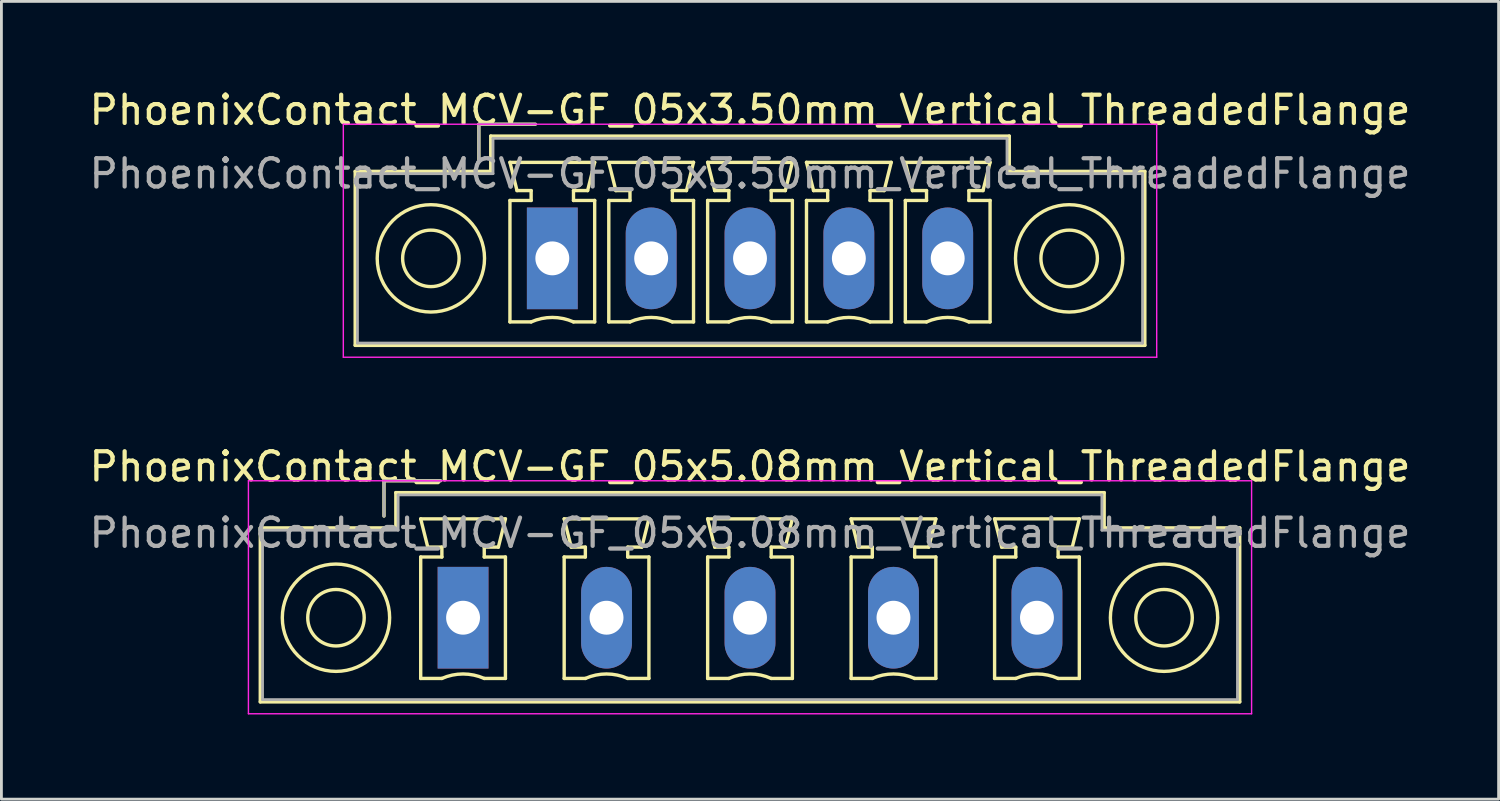
<source format=kicad_pcb>
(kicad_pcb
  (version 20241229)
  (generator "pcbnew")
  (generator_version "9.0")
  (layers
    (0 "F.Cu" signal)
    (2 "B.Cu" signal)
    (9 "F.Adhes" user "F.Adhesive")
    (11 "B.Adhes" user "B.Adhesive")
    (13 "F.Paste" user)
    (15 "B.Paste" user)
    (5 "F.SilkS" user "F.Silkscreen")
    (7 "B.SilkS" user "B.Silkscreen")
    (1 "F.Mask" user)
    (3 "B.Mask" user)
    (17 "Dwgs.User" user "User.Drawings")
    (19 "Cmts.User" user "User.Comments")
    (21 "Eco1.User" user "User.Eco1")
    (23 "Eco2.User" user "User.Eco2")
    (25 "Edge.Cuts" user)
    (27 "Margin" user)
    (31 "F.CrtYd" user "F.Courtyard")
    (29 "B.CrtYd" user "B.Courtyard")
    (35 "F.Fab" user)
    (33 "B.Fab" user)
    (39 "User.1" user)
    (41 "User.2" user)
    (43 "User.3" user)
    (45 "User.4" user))
  (footprint "PhoenixContact_MCV-GF_05x3.50mm_Vertical_ThreadedFlange"
    (layer "F.Cu")
    (at 16.506 6.098)
    (property "Reference" "PhoenixContact_MCV-GF_05x3.50mm_Vertical_ThreadedFlange" (at 7 -5.25 0) (layer "F.SilkS") (effects (font (size 1 1) (thickness 0.15))))
    (attr through_hole)
    (fp_line (start -6.98 -3.08) (end -6.98 3.08) (stroke (width 0.12) (type solid)) (layer "F.SilkS"))
    (fp_line (start -6.98 3.08) (end 20.98 3.08) (stroke (width 0.12) (type solid)) (layer "F.SilkS"))
    (fp_line (start -2.6 -4.75) (end -0.6 -4.75) (stroke (width 0.12) (type solid)) (layer "F.SilkS"))
    (fp_line (start -2.6 -3.5) (end -2.6 -4.75) (stroke (width 0.12) (type solid)) (layer "F.SilkS"))
    (fp_line (start -2.18 -4.33) (end -2.18 -3.08) (stroke (width 0.12) (type solid)) (layer "F.SilkS"))
    (fp_line (start -2.18 -3.08) (end -6.98 -3.08) (stroke (width 0.12) (type solid)) (layer "F.SilkS"))
    (fp_line (start -1.5 -3.4) (end 1.5 -3.4) (stroke (width 0.12) (type solid)) (layer "F.SilkS"))
    (fp_line (start -1.5 -2.05) (end -0.75 -2.05) (stroke (width 0.12) (type solid)) (layer "F.SilkS"))
    (fp_line (start -1.5 2.25) (end -1.5 -2.05) (stroke (width 0.12) (type solid)) (layer "F.SilkS"))
    (fp_line (start -1.25 -2.4) (end -1.5 -3.4) (stroke (width 0.12) (type solid)) (layer "F.SilkS"))
    (fp_line (start -0.75 -2.4) (end -1.25 -2.4) (stroke (width 0.12) (type solid)) (layer "F.SilkS"))
    (fp_line (start -0.75 -2.05) (end -0.75 -2.4) (stroke (width 0.12) (type solid)) (layer "F.SilkS"))
    (fp_line (start -0.75 2.25) (end -1.5 2.25) (stroke (width 0.12) (type solid)) (layer "F.SilkS"))
    (fp_line (start 0.75 -2.4) (end 0.75 -2.05) (stroke (width 0.12) (type solid)) (layer "F.SilkS"))
    (fp_line (start 0.75 -2.05) (end 1.5 -2.05) (stroke (width 0.12) (type solid)) (layer "F.SilkS"))
    (fp_line (start 1.25 -2.4) (end 0.75 -2.4) (stroke (width 0.12) (type solid)) (layer "F.SilkS"))
    (fp_line (start 1.5 -3.4) (end 1.25 -2.4) (stroke (width 0.12) (type solid)) (layer "F.SilkS"))
    (fp_line (start 1.5 -2.05) (end 1.5 2.25) (stroke (width 0.12) (type solid)) (layer "F.SilkS"))
    (fp_line (start 1.5 2.25) (end 0.75 2.25) (stroke (width 0.12) (type solid)) (layer "F.SilkS"))
    (fp_line (start 2 -3.4) (end 5 -3.4) (stroke (width 0.12) (type solid)) (layer "F.SilkS"))
    (fp_line (start 2 -2.05) (end 2.75 -2.05) (stroke (width 0.12) (type solid)) (layer "F.SilkS"))
    (fp_line (start 2 2.25) (end 2 -2.05) (stroke (width 0.12) (type solid)) (layer "F.SilkS"))
    (fp_line (start 2.25 -2.4) (end 2 -3.4) (stroke (width 0.12) (type solid)) (layer "F.SilkS"))
    (fp_line (start 2.75 -2.4) (end 2.25 -2.4) (stroke (width 0.12) (type solid)) (layer "F.SilkS"))
    (fp_line (start 2.75 -2.05) (end 2.75 -2.4) (stroke (width 0.12) (type solid)) (layer "F.SilkS"))
    (fp_line (start 2.75 2.25) (end 2 2.25) (stroke (width 0.12) (type solid)) (layer "F.SilkS"))
    (fp_line (start 4.25 -2.4) (end 4.25 -2.05) (stroke (width 0.12) (type solid)) (layer "F.SilkS"))
    (fp_line (start 4.25 -2.05) (end 5 -2.05) (stroke (width 0.12) (type solid)) (layer "F.SilkS"))
    (fp_line (start 4.75 -2.4) (end 4.25 -2.4) (stroke (width 0.12) (type solid)) (layer "F.SilkS"))
    (fp_line (start 5 -3.4) (end 4.75 -2.4) (stroke (width 0.12) (type solid)) (layer "F.SilkS"))
    (fp_line (start 5 -2.05) (end 5 2.25) (stroke (width 0.12) (type solid)) (layer "F.SilkS"))
    (fp_line (start 5 2.25) (end 4.25 2.25) (stroke (width 0.12) (type solid)) (layer "F.SilkS"))
    (fp_line (start 5.5 -3.4) (end 8.5 -3.4) (stroke (width 0.12) (type solid)) (layer "F.SilkS"))
    (fp_line (start 5.5 -2.05) (end 6.25 -2.05) (stroke (width 0.12) (type solid)) (layer "F.SilkS"))
    (fp_line (start 5.5 2.25) (end 5.5 -2.05) (stroke (width 0.12) (type solid)) (layer "F.SilkS"))
    (fp_line (start 5.75 -2.4) (end 5.5 -3.4) (stroke (width 0.12) (type solid)) (layer "F.SilkS"))
    (fp_line (start 6.25 -2.4) (end 5.75 -2.4) (stroke (width 0.12) (type solid)) (layer "F.SilkS"))
    (fp_line (start 6.25 -2.05) (end 6.25 -2.4) (stroke (width 0.12) (type solid)) (layer "F.SilkS"))
    (fp_line (start 6.25 2.25) (end 5.5 2.25) (stroke (width 0.12) (type solid)) (layer "F.SilkS"))
    (fp_line (start 7.75 -2.4) (end 7.75 -2.05) (stroke (width 0.12) (type solid)) (layer "F.SilkS"))
    (fp_line (start 7.75 -2.05) (end 8.5 -2.05) (stroke (width 0.12) (type solid)) (layer "F.SilkS"))
    (fp_line (start 8.25 -2.4) (end 7.75 -2.4) (stroke (width 0.12) (type solid)) (layer "F.SilkS"))
    (fp_line (start 8.5 -3.4) (end 8.25 -2.4) (stroke (width 0.12) (type solid)) (layer "F.SilkS"))
    (fp_line (start 8.5 -2.05) (end 8.5 2.25) (stroke (width 0.12) (type solid)) (layer "F.SilkS"))
    (fp_line (start 8.5 2.25) (end 7.75 2.25) (stroke (width 0.12) (type solid)) (layer "F.SilkS"))
    (fp_line (start 9 -3.4) (end 12 -3.4) (stroke (width 0.12) (type solid)) (layer "F.SilkS"))
    (fp_line (start 9 -2.05) (end 9.75 -2.05) (stroke (width 0.12) (type solid)) (layer "F.SilkS"))
    (fp_line (start 9 2.25) (end 9 -2.05) (stroke (width 0.12) (type solid)) (layer "F.SilkS"))
    (fp_line (start 9.25 -2.4) (end 9 -3.4) (stroke (width 0.12) (type solid)) (layer "F.SilkS"))
    (fp_line (start 9.75 -2.4) (end 9.25 -2.4) (stroke (width 0.12) (type solid)) (layer "F.SilkS"))
    (fp_line (start 9.75 -2.05) (end 9.75 -2.4) (stroke (width 0.12) (type solid)) (layer "F.SilkS"))
    (fp_line (start 9.75 2.25) (end 9 2.25) (stroke (width 0.12) (type solid)) (layer "F.SilkS"))
    (fp_line (start 11.25 -2.4) (end 11.25 -2.05) (stroke (width 0.12) (type solid)) (layer "F.SilkS"))
    (fp_line (start 11.25 -2.05) (end 12 -2.05) (stroke (width 0.12) (type solid)) (layer "F.SilkS"))
    (fp_line (start 11.75 -2.4) (end 11.25 -2.4) (stroke (width 0.12) (type solid)) (layer "F.SilkS"))
    (fp_line (start 12 -3.4) (end 11.75 -2.4) (stroke (width 0.12) (type solid)) (layer "F.SilkS"))
    (fp_line (start 12 -2.05) (end 12 2.25) (stroke (width 0.12) (type solid)) (layer "F.SilkS"))
    (fp_line (start 12 2.25) (end 11.25 2.25) (stroke (width 0.12) (type solid)) (layer "F.SilkS"))
    (fp_line (start 12.5 -3.4) (end 15.5 -3.4) (stroke (width 0.12) (type solid)) (layer "F.SilkS"))
    (fp_line (start 12.5 -2.05) (end 13.25 -2.05) (stroke (width 0.12) (type solid)) (layer "F.SilkS"))
    (fp_line (start 12.5 2.25) (end 12.5 -2.05) (stroke (width 0.12) (type solid)) (layer "F.SilkS"))
    (fp_line (start 12.75 -2.4) (end 12.5 -3.4) (stroke (width 0.12) (type solid)) (layer "F.SilkS"))
    (fp_line (start 13.25 -2.4) (end 12.75 -2.4) (stroke (width 0.12) (type solid)) (layer "F.SilkS"))
    (fp_line (start 13.25 -2.05) (end 13.25 -2.4) (stroke (width 0.12) (type solid)) (layer "F.SilkS"))
    (fp_line (start 13.25 2.25) (end 12.5 2.25) (stroke (width 0.12) (type solid)) (layer "F.SilkS"))
    (fp_line (start 14.75 -2.4) (end 14.75 -2.05) (stroke (width 0.12) (type solid)) (layer "F.SilkS"))
    (fp_line (start 14.75 -2.05) (end 15.5 -2.05) (stroke (width 0.12) (type solid)) (layer "F.SilkS"))
    (fp_line (start 15.25 -2.4) (end 14.75 -2.4) (stroke (width 0.12) (type solid)) (layer "F.SilkS"))
    (fp_line (start 15.5 -3.4) (end 15.25 -2.4) (stroke (width 0.12) (type solid)) (layer "F.SilkS"))
    (fp_line (start 15.5 -2.05) (end 15.5 2.25) (stroke (width 0.12) (type solid)) (layer "F.SilkS"))
    (fp_line (start 15.5 2.25) (end 14.75 2.25) (stroke (width 0.12) (type solid)) (layer "F.SilkS"))
    (fp_line (start 16.18 -4.33) (end -2.18 -4.33) (stroke (width 0.12) (type solid)) (layer "F.SilkS"))
    (fp_line (start 16.18 -3.08) (end 16.18 -4.33) (stroke (width 0.12) (type solid)) (layer "F.SilkS"))
    (fp_line (start 20.98 -3.08) (end 16.18 -3.08) (stroke (width 0.12) (type solid)) (layer "F.SilkS"))
    (fp_line (start 20.98 3.08) (end 20.98 -3.08) (stroke (width 0.12) (type solid)) (layer "F.SilkS"))
    (fp_arc (start -0.75 2.25) (mid -0.000193 2.09191) (end 0.749647 2.249844) (stroke (width 0.12) (type solid)) (layer "F.SilkS"))
    (fp_arc (start 2.75 2.25) (mid 3.499807 2.09191) (end 4.249647 2.249844) (stroke (width 0.12) (type solid)) (layer "F.SilkS"))
    (fp_arc (start 6.25 2.25) (mid 6.999807 2.09191) (end 7.749647 2.249844) (stroke (width 0.12) (type solid)) (layer "F.SilkS"))
    (fp_arc (start 9.75 2.25) (mid 10.499807 2.09191) (end 11.249647 2.249844) (stroke (width 0.12) (type solid)) (layer "F.SilkS"))
    (fp_arc (start 13.25 2.25) (mid 13.999807 2.09191) (end 14.749647 2.249844) (stroke (width 0.12) (type solid)) (layer "F.SilkS"))
    (fp_circle (center -4.3 0) (end -3.3 0) (stroke (width 0.12) (type solid)) (fill no) (layer "F.SilkS"))
    (fp_circle (center -4.3 0) (end -2.4 0) (stroke (width 0.12) (type solid)) (fill no) (layer "F.SilkS"))
    (fp_circle (center 18.3 0) (end 19.3 0) (stroke (width 0.12) (type solid)) (fill no) (layer "F.SilkS"))
    (fp_circle (center 18.3 0) (end 20.2 0) (stroke (width 0.12) (type solid)) (fill no) (layer "F.SilkS"))
    (fp_line (start -7.4 -4.75) (end -7.4 3.5) (stroke (width 0.05) (type solid)) (layer "F.CrtYd"))
    (fp_line (start -7.4 3.5) (end 21.4 3.5) (stroke (width 0.05) (type solid)) (layer "F.CrtYd"))
    (fp_line (start 21.4 -4.75) (end -7.4 -4.75) (stroke (width 0.05) (type solid)) (layer "F.CrtYd"))
    (fp_line (start 21.4 3.5) (end 21.4 -4.75) (stroke (width 0.05) (type solid)) (layer "F.CrtYd"))
    (fp_line (start -6.9 -3) (end -6.9 3) (stroke (width 0.1) (type solid)) (layer "F.Fab"))
    (fp_line (start -6.9 3) (end 20.9 3) (stroke (width 0.1) (type solid)) (layer "F.Fab"))
    (fp_line (start -2.6 -4.75) (end -0.6 -4.75) (stroke (width 0.1) (type solid)) (layer "F.Fab"))
    (fp_line (start -2.6 -3.5) (end -2.6 -4.75) (stroke (width 0.1) (type solid)) (layer "F.Fab"))
    (fp_line (start -2.1 -4.25) (end -2.1 -3) (stroke (width 0.1) (type solid)) (layer "F.Fab"))
    (fp_line (start -2.1 -3) (end -6.9 -3) (stroke (width 0.1) (type solid)) (layer "F.Fab"))
    (fp_line (start 16.1 -4.25) (end -2.1 -4.25) (stroke (width 0.1) (type solid)) (layer "F.Fab"))
    (fp_line (start 16.1 -3) (end 16.1 -4.25) (stroke (width 0.1) (type solid)) (layer "F.Fab"))
    (fp_line (start 20.9 -3) (end 16.1 -3) (stroke (width 0.1) (type solid)) (layer "F.Fab"))
    (fp_line (start 20.9 3) (end 20.9 -3) (stroke (width 0.1) (type solid)) (layer "F.Fab"))
    (fp_text user "${REFERENCE}" (at 7 -3 0) (layer "F.Fab") (effects (font (size 1 1) (thickness 0.15))))
    (pad "1" thru_hole rect (at 0 0) (size 1.8 3.6) (drill 1.2) (layers "*.Cu" "*.Mask"))
    (pad "2" thru_hole oval (at 3.5 0) (size 1.8 3.6) (drill 1.2) (layers "*.Cu" "*.Mask"))
    (pad "3" thru_hole oval (at 7 0) (size 1.8 3.6) (drill 1.2) (layers "*.Cu" "*.Mask"))
    (pad "4" thru_hole oval (at 10.5 0) (size 1.8 3.6) (drill 1.2) (layers "*.Cu" "*.Mask"))
    (pad "5" thru_hole oval (at 14 0) (size 1.8 3.6) (drill 1.2) (layers "*.Cu" "*.Mask")))
  (footprint "PhoenixContact_MCV-GF_05x5.08mm_Vertical_ThreadedFlange"
    (layer "F.Cu")
    (at 13.346 18.822)
    (property "Reference" "PhoenixContact_MCV-GF_05x5.08mm_Vertical_ThreadedFlange" (at 10.16 -5.35 0) (layer "F.SilkS") (effects (font (size 1 1) (thickness 0.15))))
    (attr through_hole)
    (fp_line (start -7.18 -3.18) (end -7.18 2.98) (stroke (width 0.12) (type solid)) (layer "F.SilkS"))
    (fp_line (start -7.18 2.98) (end 27.5 2.98) (stroke (width 0.12) (type solid)) (layer "F.SilkS"))
    (fp_line (start -2.8 -4.85) (end -0.8 -4.85) (stroke (width 0.12) (type solid)) (layer "F.SilkS"))
    (fp_line (start -2.8 -3.6) (end -2.8 -4.85) (stroke (width 0.12) (type solid)) (layer "F.SilkS"))
    (fp_line (start -2.38 -4.43) (end -2.38 -3.18) (stroke (width 0.12) (type solid)) (layer "F.SilkS"))
    (fp_line (start -2.38 -3.18) (end -7.18 -3.18) (stroke (width 0.12) (type solid)) (layer "F.SilkS"))
    (fp_line (start -1.5 -3.5) (end 1.5 -3.5) (stroke (width 0.12) (type solid)) (layer "F.SilkS"))
    (fp_line (start -1.5 -2.15) (end -0.75 -2.15) (stroke (width 0.12) (type solid)) (layer "F.SilkS"))
    (fp_line (start -1.5 2.15) (end -1.5 -2.15) (stroke (width 0.12) (type solid)) (layer "F.SilkS"))
    (fp_line (start -1.25 -2.5) (end -1.5 -3.5) (stroke (width 0.12) (type solid)) (layer "F.SilkS"))
    (fp_line (start -0.75 -2.5) (end -1.25 -2.5) (stroke (width 0.12) (type solid)) (layer "F.SilkS"))
    (fp_line (start -0.75 -2.15) (end -0.75 -2.5) (stroke (width 0.12) (type solid)) (layer "F.SilkS"))
    (fp_line (start -0.75 2.15) (end -1.5 2.15) (stroke (width 0.12) (type solid)) (layer "F.SilkS"))
    (fp_line (start 0.75 -2.5) (end 0.75 -2.15) (stroke (width 0.12) (type solid)) (layer "F.SilkS"))
    (fp_line (start 0.75 -2.15) (end 1.5 -2.15) (stroke (width 0.12) (type solid)) (layer "F.SilkS"))
    (fp_line (start 1.25 -2.5) (end 0.75 -2.5) (stroke (width 0.12) (type solid)) (layer "F.SilkS"))
    (fp_line (start 1.5 -3.5) (end 1.25 -2.5) (stroke (width 0.12) (type solid)) (layer "F.SilkS"))
    (fp_line (start 1.5 -2.15) (end 1.5 2.15) (stroke (width 0.12) (type solid)) (layer "F.SilkS"))
    (fp_line (start 1.5 2.15) (end 0.75 2.15) (stroke (width 0.12) (type solid)) (layer "F.SilkS"))
    (fp_line (start 3.58 -3.5) (end 6.58 -3.5) (stroke (width 0.12) (type solid)) (layer "F.SilkS"))
    (fp_line (start 3.58 -2.15) (end 4.33 -2.15) (stroke (width 0.12) (type solid)) (layer "F.SilkS"))
    (fp_line (start 3.58 2.15) (end 3.58 -2.15) (stroke (width 0.12) (type solid)) (layer "F.SilkS"))
    (fp_line (start 3.83 -2.5) (end 3.58 -3.5) (stroke (width 0.12) (type solid)) (layer "F.SilkS"))
    (fp_line (start 4.33 -2.5) (end 3.83 -2.5) (stroke (width 0.12) (type solid)) (layer "F.SilkS"))
    (fp_line (start 4.33 -2.15) (end 4.33 -2.5) (stroke (width 0.12) (type solid)) (layer "F.SilkS"))
    (fp_line (start 4.33 2.15) (end 3.58 2.15) (stroke (width 0.12) (type solid)) (layer "F.SilkS"))
    (fp_line (start 5.83 -2.5) (end 5.83 -2.15) (stroke (width 0.12) (type solid)) (layer "F.SilkS"))
    (fp_line (start 5.83 -2.15) (end 6.58 -2.15) (stroke (width 0.12) (type solid)) (layer "F.SilkS"))
    (fp_line (start 6.33 -2.5) (end 5.83 -2.5) (stroke (width 0.12) (type solid)) (layer "F.SilkS"))
    (fp_line (start 6.58 -3.5) (end 6.33 -2.5) (stroke (width 0.12) (type solid)) (layer "F.SilkS"))
    (fp_line (start 6.58 -2.15) (end 6.58 2.15) (stroke (width 0.12) (type solid)) (layer "F.SilkS"))
    (fp_line (start 6.58 2.15) (end 5.83 2.15) (stroke (width 0.12) (type solid)) (layer "F.SilkS"))
    (fp_line (start 8.66 -3.5) (end 11.66 -3.5) (stroke (width 0.12) (type solid)) (layer "F.SilkS"))
    (fp_line (start 8.66 -2.15) (end 9.41 -2.15) (stroke (width 0.12) (type solid)) (layer "F.SilkS"))
    (fp_line (start 8.66 2.15) (end 8.66 -2.15) (stroke (width 0.12) (type solid)) (layer "F.SilkS"))
    (fp_line (start 8.91 -2.5) (end 8.66 -3.5) (stroke (width 0.12) (type solid)) (layer "F.SilkS"))
    (fp_line (start 9.41 -2.5) (end 8.91 -2.5) (stroke (width 0.12) (type solid)) (layer "F.SilkS"))
    (fp_line (start 9.41 -2.15) (end 9.41 -2.5) (stroke (width 0.12) (type solid)) (layer "F.SilkS"))
    (fp_line (start 9.41 2.15) (end 8.66 2.15) (stroke (width 0.12) (type solid)) (layer "F.SilkS"))
    (fp_line (start 10.91 -2.5) (end 10.91 -2.15) (stroke (width 0.12) (type solid)) (layer "F.SilkS"))
    (fp_line (start 10.91 -2.15) (end 11.66 -2.15) (stroke (width 0.12) (type solid)) (layer "F.SilkS"))
    (fp_line (start 11.41 -2.5) (end 10.91 -2.5) (stroke (width 0.12) (type solid)) (layer "F.SilkS"))
    (fp_line (start 11.66 -3.5) (end 11.41 -2.5) (stroke (width 0.12) (type solid)) (layer "F.SilkS"))
    (fp_line (start 11.66 -2.15) (end 11.66 2.15) (stroke (width 0.12) (type solid)) (layer "F.SilkS"))
    (fp_line (start 11.66 2.15) (end 10.91 2.15) (stroke (width 0.12) (type solid)) (layer "F.SilkS"))
    (fp_line (start 13.74 -3.5) (end 16.74 -3.5) (stroke (width 0.12) (type solid)) (layer "F.SilkS"))
    (fp_line (start 13.74 -2.15) (end 14.49 -2.15) (stroke (width 0.12) (type solid)) (layer "F.SilkS"))
    (fp_line (start 13.74 2.15) (end 13.74 -2.15) (stroke (width 0.12) (type solid)) (layer "F.SilkS"))
    (fp_line (start 13.99 -2.5) (end 13.74 -3.5) (stroke (width 0.12) (type solid)) (layer "F.SilkS"))
    (fp_line (start 14.49 -2.5) (end 13.99 -2.5) (stroke (width 0.12) (type solid)) (layer "F.SilkS"))
    (fp_line (start 14.49 -2.15) (end 14.49 -2.5) (stroke (width 0.12) (type solid)) (layer "F.SilkS"))
    (fp_line (start 14.49 2.15) (end 13.74 2.15) (stroke (width 0.12) (type solid)) (layer "F.SilkS"))
    (fp_line (start 15.99 -2.5) (end 15.99 -2.15) (stroke (width 0.12) (type solid)) (layer "F.SilkS"))
    (fp_line (start 15.99 -2.15) (end 16.74 -2.15) (stroke (width 0.12) (type solid)) (layer "F.SilkS"))
    (fp_line (start 16.49 -2.5) (end 15.99 -2.5) (stroke (width 0.12) (type solid)) (layer "F.SilkS"))
    (fp_line (start 16.74 -3.5) (end 16.49 -2.5) (stroke (width 0.12) (type solid)) (layer "F.SilkS"))
    (fp_line (start 16.74 -2.15) (end 16.74 2.15) (stroke (width 0.12) (type solid)) (layer "F.SilkS"))
    (fp_line (start 16.74 2.15) (end 15.99 2.15) (stroke (width 0.12) (type solid)) (layer "F.SilkS"))
    (fp_line (start 18.82 -3.5) (end 21.82 -3.5) (stroke (width 0.12) (type solid)) (layer "F.SilkS"))
    (fp_line (start 18.82 -2.15) (end 19.57 -2.15) (stroke (width 0.12) (type solid)) (layer "F.SilkS"))
    (fp_line (start 18.82 2.15) (end 18.82 -2.15) (stroke (width 0.12) (type solid)) (layer "F.SilkS"))
    (fp_line (start 19.07 -2.5) (end 18.82 -3.5) (stroke (width 0.12) (type solid)) (layer "F.SilkS"))
    (fp_line (start 19.57 -2.5) (end 19.07 -2.5) (stroke (width 0.12) (type solid)) (layer "F.SilkS"))
    (fp_line (start 19.57 -2.15) (end 19.57 -2.5) (stroke (width 0.12) (type solid)) (layer "F.SilkS"))
    (fp_line (start 19.57 2.15) (end 18.82 2.15) (stroke (width 0.12) (type solid)) (layer "F.SilkS"))
    (fp_line (start 21.07 -2.5) (end 21.07 -2.15) (stroke (width 0.12) (type solid)) (layer "F.SilkS"))
    (fp_line (start 21.07 -2.15) (end 21.82 -2.15) (stroke (width 0.12) (type solid)) (layer "F.SilkS"))
    (fp_line (start 21.57 -2.5) (end 21.07 -2.5) (stroke (width 0.12) (type solid)) (layer "F.SilkS"))
    (fp_line (start 21.82 -3.5) (end 21.57 -2.5) (stroke (width 0.12) (type solid)) (layer "F.SilkS"))
    (fp_line (start 21.82 -2.15) (end 21.82 2.15) (stroke (width 0.12) (type solid)) (layer "F.SilkS"))
    (fp_line (start 21.82 2.15) (end 21.07 2.15) (stroke (width 0.12) (type solid)) (layer "F.SilkS"))
    (fp_line (start 22.7 -4.43) (end -2.38 -4.43) (stroke (width 0.12) (type solid)) (layer "F.SilkS"))
    (fp_line (start 22.7 -3.18) (end 22.7 -4.43) (stroke (width 0.12) (type solid)) (layer "F.SilkS"))
    (fp_line (start 27.5 -3.18) (end 22.7 -3.18) (stroke (width 0.12) (type solid)) (layer "F.SilkS"))
    (fp_line (start 27.5 2.98) (end 27.5 -3.18) (stroke (width 0.12) (type solid)) (layer "F.SilkS"))
    (fp_arc (start -0.75 2.15) (mid -0.000193 1.99191) (end 0.749647 2.149844) (stroke (width 0.12) (type solid)) (layer "F.SilkS"))
    (fp_arc (start 4.33 2.15) (mid 5.079807 1.99191) (end 5.829647 2.149844) (stroke (width 0.12) (type solid)) (layer "F.SilkS"))
    (fp_arc (start 9.41 2.15) (mid 10.159807 1.99191) (end 10.909647 2.149844) (stroke (width 0.12) (type solid)) (layer "F.SilkS"))
    (fp_arc (start 14.49 2.15) (mid 15.239807 1.99191) (end 15.989647 2.149844) (stroke (width 0.12) (type solid)) (layer "F.SilkS"))
    (fp_arc (start 19.57 2.15) (mid 20.319807 1.99191) (end 21.069647 2.149844) (stroke (width 0.12) (type solid)) (layer "F.SilkS"))
    (fp_circle (center -4.5 0) (end -3.5 0) (stroke (width 0.12) (type solid)) (fill no) (layer "F.SilkS"))
    (fp_circle (center -4.5 0) (end -2.6 0) (stroke (width 0.12) (type solid)) (fill no) (layer "F.SilkS"))
    (fp_circle (center 24.82 0) (end 25.82 0) (stroke (width 0.12) (type solid)) (fill no) (layer "F.SilkS"))
    (fp_circle (center 24.82 0) (end 26.72 0) (stroke (width 0.12) (type solid)) (fill no) (layer "F.SilkS"))
    (fp_line (start -7.6 -4.85) (end -7.6 3.4) (stroke (width 0.05) (type solid)) (layer "F.CrtYd"))
    (fp_line (start -7.6 3.4) (end 27.92 3.4) (stroke (width 0.05) (type solid)) (layer "F.CrtYd"))
    (fp_line (start 27.92 -4.85) (end -7.6 -4.85) (stroke (width 0.05) (type solid)) (layer "F.CrtYd"))
    (fp_line (start 27.92 3.4) (end 27.92 -4.85) (stroke (width 0.05) (type solid)) (layer "F.CrtYd"))
    (fp_line (start -7.1 -3.1) (end -7.1 2.9) (stroke (width 0.1) (type solid)) (layer "F.Fab"))
    (fp_line (start -7.1 2.9) (end 27.42 2.9) (stroke (width 0.1) (type solid)) (layer "F.Fab"))
    (fp_line (start -2.8 -4.85) (end -0.8 -4.85) (stroke (width 0.1) (type solid)) (layer "F.Fab"))
    (fp_line (start -2.8 -3.6) (end -2.8 -4.85) (stroke (width 0.1) (type solid)) (layer "F.Fab"))
    (fp_line (start -2.3 -4.35) (end -2.3 -3.1) (stroke (width 0.1) (type solid)) (layer "F.Fab"))
    (fp_line (start -2.3 -3.1) (end -7.1 -3.1) (stroke (width 0.1) (type solid)) (layer "F.Fab"))
    (fp_line (start 22.62 -4.35) (end -2.3 -4.35) (stroke (width 0.1) (type solid)) (layer "F.Fab"))
    (fp_line (start 22.62 -3.1) (end 22.62 -4.35) (stroke (width 0.1) (type solid)) (layer "F.Fab"))
    (fp_line (start 27.42 -3.1) (end 22.62 -3.1) (stroke (width 0.1) (type solid)) (layer "F.Fab"))
    (fp_line (start 27.42 2.9) (end 27.42 -3.1) (stroke (width 0.1) (type solid)) (layer "F.Fab"))
    (fp_text user "${REFERENCE}" (at 10.16 -3 0) (layer "F.Fab") (effects (font (size 1 1) (thickness 0.15))))
    (pad "1" thru_hole rect (at 0 0) (size 1.8 3.6) (drill 1.2) (layers "*.Cu" "*.Mask"))
    (pad "2" thru_hole oval (at 5.08 0) (size 1.8 3.6) (drill 1.2) (layers "*.Cu" "*.Mask"))
    (pad "3" thru_hole oval (at 10.16 0) (size 1.8 3.6) (drill 1.2) (layers "*.Cu" "*.Mask"))
    (pad "4" thru_hole oval (at 15.24 0) (size 1.8 3.6) (drill 1.2) (layers "*.Cu" "*.Mask"))
    (pad "5" thru_hole oval (at 20.32 0) (size 1.8 3.6) (drill 1.2) (layers "*.Cu" "*.Mask")))
  (gr_rect
    (start -3 -3)
    (end 50.012 25.247)
    (stroke (width 0.1) (type default))
    (fill no)
    (layer "Edge.Cuts")))
</source>
